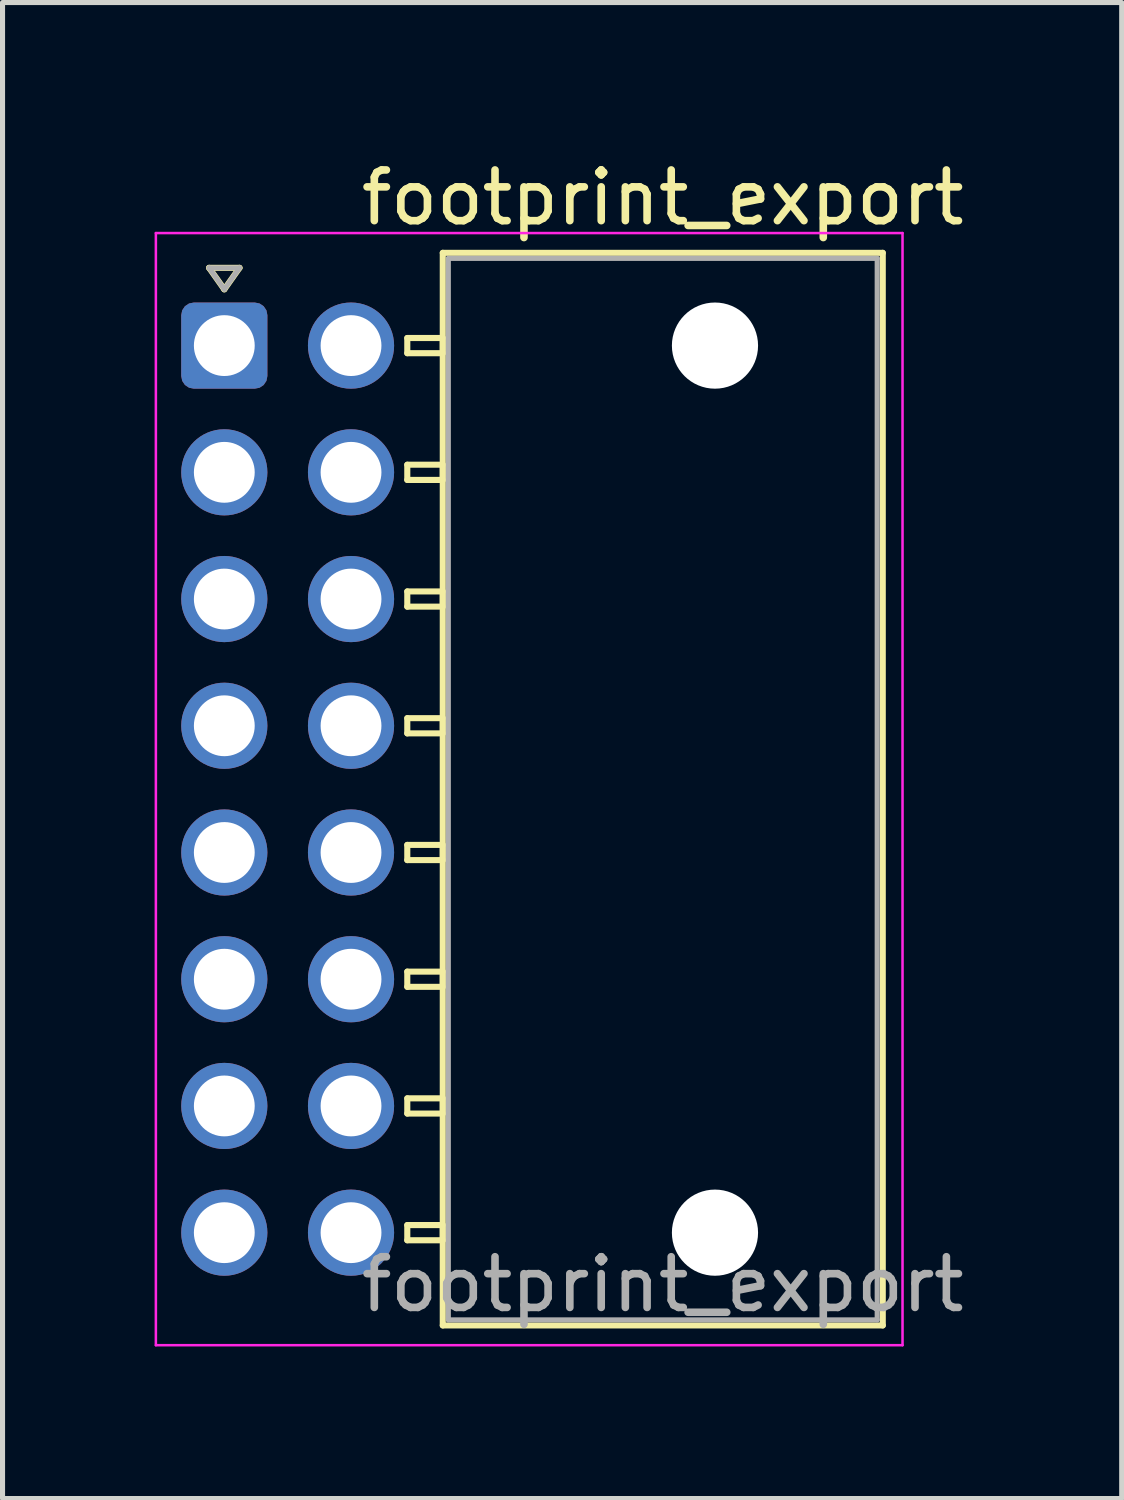
<source format=kicad_pcb>
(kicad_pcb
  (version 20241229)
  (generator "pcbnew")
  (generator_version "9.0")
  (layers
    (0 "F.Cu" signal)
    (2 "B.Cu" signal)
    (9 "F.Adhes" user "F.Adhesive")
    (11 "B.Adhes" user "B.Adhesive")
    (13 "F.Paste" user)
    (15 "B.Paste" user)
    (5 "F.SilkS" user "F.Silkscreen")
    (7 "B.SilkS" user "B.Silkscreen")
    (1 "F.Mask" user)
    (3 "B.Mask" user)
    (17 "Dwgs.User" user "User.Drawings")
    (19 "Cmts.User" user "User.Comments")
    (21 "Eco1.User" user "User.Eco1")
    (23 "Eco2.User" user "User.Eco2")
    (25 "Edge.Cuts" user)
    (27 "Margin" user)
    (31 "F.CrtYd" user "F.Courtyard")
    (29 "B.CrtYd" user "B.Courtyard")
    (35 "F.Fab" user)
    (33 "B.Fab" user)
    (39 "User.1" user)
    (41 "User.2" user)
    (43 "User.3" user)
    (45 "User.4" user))
  (footprint "footprint_export"
    (layer "F.Cu")
    (at 1.375 3.768)
    (property "Reference" "footprint_export" (at 8.65 -2.92 0) (layer "F.SilkS") (effects (font (size 1 1) (thickness 0.15))))
    (attr through_hole)
    (fp_line (start -0.3 -1.534) (end 0 -1.11) (stroke (width 0.12) (type solid)) (layer "F.SilkS"))
    (fp_line (start 0 -1.11) (end 0.3 -1.534) (stroke (width 0.12) (type solid)) (layer "F.SilkS"))
    (fp_line (start 0.3 -1.534) (end -0.3 -1.534) (stroke (width 0.12) (type solid)) (layer "F.SilkS"))
    (fp_line (start 3.61 -0.15) (end 3.61 0.15) (stroke (width 0.12) (type solid)) (layer "F.SilkS"))
    (fp_line (start 3.61 0.15) (end 4.31 0.15) (stroke (width 0.12) (type solid)) (layer "F.SilkS"))
    (fp_line (start 3.61 2.35) (end 3.61 2.65) (stroke (width 0.12) (type solid)) (layer "F.SilkS"))
    (fp_line (start 3.61 2.65) (end 4.31 2.65) (stroke (width 0.12) (type solid)) (layer "F.SilkS"))
    (fp_line (start 3.61 4.85) (end 3.61 5.15) (stroke (width 0.12) (type solid)) (layer "F.SilkS"))
    (fp_line (start 3.61 5.15) (end 4.31 5.15) (stroke (width 0.12) (type solid)) (layer "F.SilkS"))
    (fp_line (start 3.61 7.35) (end 3.61 7.65) (stroke (width 0.12) (type solid)) (layer "F.SilkS"))
    (fp_line (start 3.61 7.65) (end 4.31 7.65) (stroke (width 0.12) (type solid)) (layer "F.SilkS"))
    (fp_line (start 3.61 9.85) (end 3.61 10.15) (stroke (width 0.12) (type solid)) (layer "F.SilkS"))
    (fp_line (start 3.61 10.15) (end 4.31 10.15) (stroke (width 0.12) (type solid)) (layer "F.SilkS"))
    (fp_line (start 3.61 12.35) (end 3.61 12.65) (stroke (width 0.12) (type solid)) (layer "F.SilkS"))
    (fp_line (start 3.61 12.65) (end 4.31 12.65) (stroke (width 0.12) (type solid)) (layer "F.SilkS"))
    (fp_line (start 3.61 14.85) (end 3.61 15.15) (stroke (width 0.12) (type solid)) (layer "F.SilkS"))
    (fp_line (start 3.61 15.15) (end 4.31 15.15) (stroke (width 0.12) (type solid)) (layer "F.SilkS"))
    (fp_line (start 3.61 17.35) (end 3.61 17.65) (stroke (width 0.12) (type solid)) (layer "F.SilkS"))
    (fp_line (start 3.61 17.65) (end 4.31 17.65) (stroke (width 0.12) (type solid)) (layer "F.SilkS"))
    (fp_line (start 4.31 -1.83) (end 4.31 19.33) (stroke (width 0.12) (type solid)) (layer "F.SilkS"))
    (fp_line (start 4.31 -0.15) (end 3.61 -0.15) (stroke (width 0.12) (type solid)) (layer "F.SilkS"))
    (fp_line (start 4.31 0.15) (end 4.31 -0.15) (stroke (width 0.12) (type solid)) (layer "F.SilkS"))
    (fp_line (start 4.31 2.35) (end 3.61 2.35) (stroke (width 0.12) (type solid)) (layer "F.SilkS"))
    (fp_line (start 4.31 2.65) (end 4.31 2.35) (stroke (width 0.12) (type solid)) (layer "F.SilkS"))
    (fp_line (start 4.31 4.85) (end 3.61 4.85) (stroke (width 0.12) (type solid)) (layer "F.SilkS"))
    (fp_line (start 4.31 5.15) (end 4.31 4.85) (stroke (width 0.12) (type solid)) (layer "F.SilkS"))
    (fp_line (start 4.31 7.35) (end 3.61 7.35) (stroke (width 0.12) (type solid)) (layer "F.SilkS"))
    (fp_line (start 4.31 7.65) (end 4.31 7.35) (stroke (width 0.12) (type solid)) (layer "F.SilkS"))
    (fp_line (start 4.31 9.85) (end 3.61 9.85) (stroke (width 0.12) (type solid)) (layer "F.SilkS"))
    (fp_line (start 4.31 10.15) (end 4.31 9.85) (stroke (width 0.12) (type solid)) (layer "F.SilkS"))
    (fp_line (start 4.31 12.35) (end 3.61 12.35) (stroke (width 0.12) (type solid)) (layer "F.SilkS"))
    (fp_line (start 4.31 12.65) (end 4.31 12.35) (stroke (width 0.12) (type solid)) (layer "F.SilkS"))
    (fp_line (start 4.31 14.85) (end 3.61 14.85) (stroke (width 0.12) (type solid)) (layer "F.SilkS"))
    (fp_line (start 4.31 15.15) (end 4.31 14.85) (stroke (width 0.12) (type solid)) (layer "F.SilkS"))
    (fp_line (start 4.31 17.35) (end 3.61 17.35) (stroke (width 0.12) (type solid)) (layer "F.SilkS"))
    (fp_line (start 4.31 17.65) (end 4.31 17.35) (stroke (width 0.12) (type solid)) (layer "F.SilkS"))
    (fp_line (start 4.31 19.33) (end 12.99 19.33) (stroke (width 0.12) (type solid)) (layer "F.SilkS"))
    (fp_line (start 12.99 -1.83) (end 4.31 -1.83) (stroke (width 0.12) (type solid)) (layer "F.SilkS"))
    (fp_line (start 12.99 19.33) (end 12.99 -1.83) (stroke (width 0.12) (type solid)) (layer "F.SilkS"))
    (fp_line (start -1.35 -2.22) (end -1.35 19.72) (stroke (width 0.05) (type solid)) (layer "F.CrtYd"))
    (fp_line (start -1.35 19.72) (end 13.38 19.72) (stroke (width 0.05) (type solid)) (layer "F.CrtYd"))
    (fp_line (start 13.38 -2.22) (end -1.35 -2.22) (stroke (width 0.05) (type solid)) (layer "F.CrtYd"))
    (fp_line (start 13.38 19.72) (end 13.38 -2.22) (stroke (width 0.05) (type solid)) (layer "F.CrtYd"))
    (fp_line (start -0.3 -1.534) (end 0 -1.11) (stroke (width 0.1) (type solid)) (layer "F.Fab"))
    (fp_line (start 0 -1.11) (end 0.3 -1.534) (stroke (width 0.1) (type solid)) (layer "F.Fab"))
    (fp_line (start 0.3 -1.534) (end -0.3 -1.534) (stroke (width 0.1) (type solid)) (layer "F.Fab"))
    (fp_line (start 4.42 -1.72) (end 4.42 19.22) (stroke (width 0.1) (type solid)) (layer "F.Fab"))
    (fp_line (start 4.42 19.22) (end 12.88 19.22) (stroke (width 0.1) (type solid)) (layer "F.Fab"))
    (fp_line (start 12.88 -1.72) (end 4.42 -1.72) (stroke (width 0.1) (type solid)) (layer "F.Fab"))
    (fp_line (start 12.88 19.22) (end 12.88 -1.72) (stroke (width 0.1) (type solid)) (layer "F.Fab"))
    (fp_text user "${REFERENCE}" (at 8.65 18.52 0) (layer "F.Fab") (effects (font (size 1 1) (thickness 0.15))))
    (pad "" np_thru_hole circle (at 9.68 0) (size 1.7 1.7) (drill 1.7) (layers "*.Cu" "*.Mask"))
    (pad "" np_thru_hole circle (at 9.68 17.5) (size 1.7 1.7) (drill 1.7) (layers "*.Cu" "*.Mask"))
    (pad "1" thru_hole roundrect (at 0 0) (size 1.7 1.7) (drill 1.2) (layers "*.Cu" "*.Mask") (roundrect_rratio 0.147))
    (pad "2" thru_hole circle (at 0 2.5) (size 1.7 1.7) (drill 1.2) (layers "*.Cu" "*.Mask"))
    (pad "3" thru_hole circle (at 0 5) (size 1.7 1.7) (drill 1.2) (layers "*.Cu" "*.Mask"))
    (pad "4" thru_hole circle (at 0 7.5) (size 1.7 1.7) (drill 1.2) (layers "*.Cu" "*.Mask"))
    (pad "5" thru_hole circle (at 0 10) (size 1.7 1.7) (drill 1.2) (layers "*.Cu" "*.Mask"))
    (pad "6" thru_hole circle (at 0 12.5) (size 1.7 1.7) (drill 1.2) (layers "*.Cu" "*.Mask"))
    (pad "7" thru_hole circle (at 0 15) (size 1.7 1.7) (drill 1.2) (layers "*.Cu" "*.Mask"))
    (pad "8" thru_hole circle (at 0 17.5) (size 1.7 1.7) (drill 1.2) (layers "*.Cu" "*.Mask"))
    (pad "9" thru_hole circle (at 2.5 0) (size 1.7 1.7) (drill 1.2) (layers "*.Cu" "*.Mask"))
    (pad "10" thru_hole circle (at 2.5 2.5) (size 1.7 1.7) (drill 1.2) (layers "*.Cu" "*.Mask"))
    (pad "11" thru_hole circle (at 2.5 5) (size 1.7 1.7) (drill 1.2) (layers "*.Cu" "*.Mask"))
    (pad "12" thru_hole circle (at 2.5 7.5) (size 1.7 1.7) (drill 1.2) (layers "*.Cu" "*.Mask"))
    (pad "13" thru_hole circle (at 2.5 10) (size 1.7 1.7) (drill 1.2) (layers "*.Cu" "*.Mask"))
    (pad "14" thru_hole circle (at 2.5 12.5) (size 1.7 1.7) (drill 1.2) (layers "*.Cu" "*.Mask"))
    (pad "15" thru_hole circle (at 2.5 15) (size 1.7 1.7) (drill 1.2) (layers "*.Cu" "*.Mask"))
    (pad "16" thru_hole circle (at 2.5 17.5) (size 1.7 1.7) (drill 1.2) (layers "*.Cu" "*.Mask")))
  (gr_rect
    (start -3 -3)
    (end 19.079 26.513)
    (stroke (width 0.1) (type default))
    (fill no)
    (layer "Edge.Cuts")))
</source>
